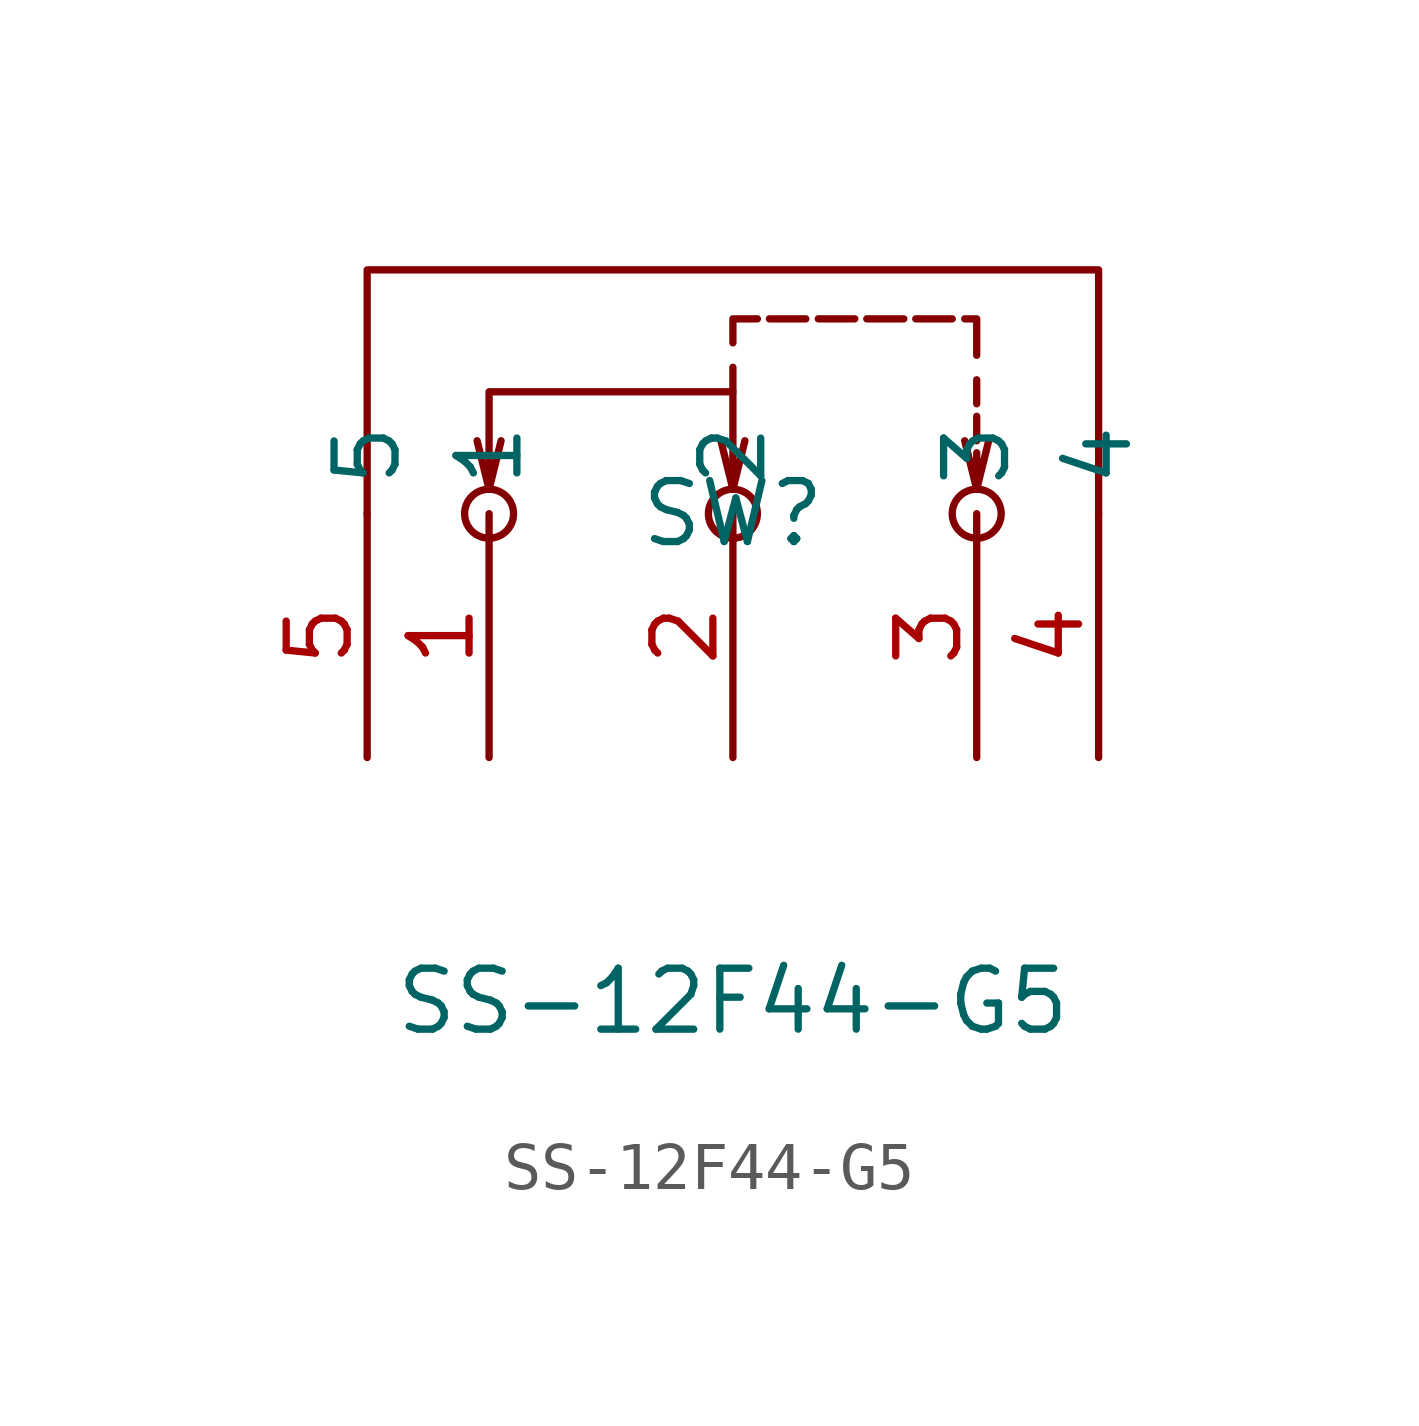
<source format=kicad_sym>
(kicad_symbol_lib
  (version 20211014)
  (generator https://github.com/uPesy/easyeda2kicad.py)
  (symbol "SS-12F44-G5"
    (property "Reference" "SW"
      (at 0 0.00 0)
      (effects (font (size 1.27 1.27))))
    (property "Value" "SS-12F44-G5"
      (at 0 -10.16 0)
      (effects (font (size 1.27 1.27))))
    (symbol "SS-12F44-G5_0_1"
      (circle (center 5.08 -0.00) (radius 0.51) (stroke (width 0) (type default) (color 0 0 0 0)) (fill (type none)))
      (circle (center 0.00 -0.00) (radius 0.51) (stroke (width 0) (type default) (color 0 0 0 0)) (fill (type none)))
      (circle (center -5.08 -0.00) (radius 0.51) (stroke (width 0) (type default) (color 0 0 0 0)) (fill (type none)))
      (polyline (pts (xy -7.62 -0.00) (xy -7.62 5.08) (xy 7.62 5.08) (xy 7.62 -0.00)) (stroke (width 0) (type default) (color 0 0 0 0)) (fill (type none)))
      (polyline (pts (xy 5.08 0.51) (xy 4.83 1.52)) (stroke (width 0) (type default) (color 0 0 0 0)) (fill (type none)))
      (polyline (pts (xy 5.08 1.27) (xy 5.08 0.51) (xy 5.33 1.52)) (stroke (width 0) (type default) (color 0 0 0 0)) (fill (type none)))
      (polyline (pts (xy 5.08 2.03) (xy 5.08 1.52)) (stroke (width 0) (type default) (color 0 0 0 0)) (fill (type none)))
      (polyline (pts (xy 5.08 2.79) (xy 5.08 2.29)) (stroke (width 0) (type default) (color 0 0 0 0)) (fill (type none)))
      (polyline (pts (xy 4.83 4.06) (xy 5.08 4.06) (xy 5.08 3.30)) (stroke (width 0) (type default) (color 0 0 0 0)) (fill (type none)))
      (polyline (pts (xy 3.81 4.06) (xy 4.57 4.06)) (stroke (width 0) (type default) (color 0 0 0 0)) (fill (type none)))
      (polyline (pts (xy 2.79 4.06) (xy 3.56 4.06)) (stroke (width 0) (type default) (color 0 0 0 0)) (fill (type none)))
      (polyline (pts (xy 1.78 4.06) (xy 2.54 4.06)) (stroke (width 0) (type default) (color 0 0 0 0)) (fill (type none)))
      (polyline (pts (xy 0.76 4.06) (xy 1.52 4.06)) (stroke (width 0) (type default) (color 0 0 0 0)) (fill (type none)))
      (polyline (pts (xy 0.00 3.56) (xy 0.00 4.06) (xy 0.51 4.06)) (stroke (width 0) (type default) (color 0 0 0 0)) (fill (type none)))
      (polyline (pts (xy 0.00 2.54) (xy 0.00 3.05)) (stroke (width 0) (type default) (color 0 0 0 0)) (fill (type none)))
      (polyline (pts (xy -5.08 0.51) (xy -5.33 1.52)) (stroke (width 0) (type default) (color 0 0 0 0)) (fill (type none)))
      (polyline (pts (xy -5.08 0.51) (xy -4.83 1.52) (xy -4.83 1.52)) (stroke (width 0) (type default) (color 0 0 0 0)) (fill (type none)))
      (polyline (pts (xy 0.00 0.51) (xy -0.25 1.52)) (stroke (width 0) (type default) (color 0 0 0 0)) (fill (type none)))
      (polyline (pts (xy -5.08 0.51) (xy -5.08 2.54) (xy 0.00 2.54) (xy 0.00 0.51) (xy 0.25 1.52)) (stroke (width 0) (type default) (color 0 0 0 0)) (fill (type none)))
      (pin unspecified line (at -7.62 -5.08 90) (length 5.08) (name "5" (effects (font (size 1.27 1.27)))) (number "5" (effects (font (size 1.27 1.27)))))
      (pin unspecified line (at 7.62 -5.08 90) (length 5.08) (name "4" (effects (font (size 1.27 1.27)))) (number "4" (effects (font (size 1.27 1.27)))))
      (pin unspecified line (at 5.08 -5.08 90) (length 5.08) (name "3" (effects (font (size 1.27 1.27)))) (number "3" (effects (font (size 1.27 1.27)))))
      (pin unspecified line (at 0.00 -5.08 90) (length 5.08) (name "2" (effects (font (size 1.27 1.27)))) (number "2" (effects (font (size 1.27 1.27)))))
      (pin unspecified line (at -5.08 -5.08 90) (length 5.08) (name "1" (effects (font (size 1.27 1.27)))) (number "1" (effects (font (size 1.27 1.27))))))))
</source>
